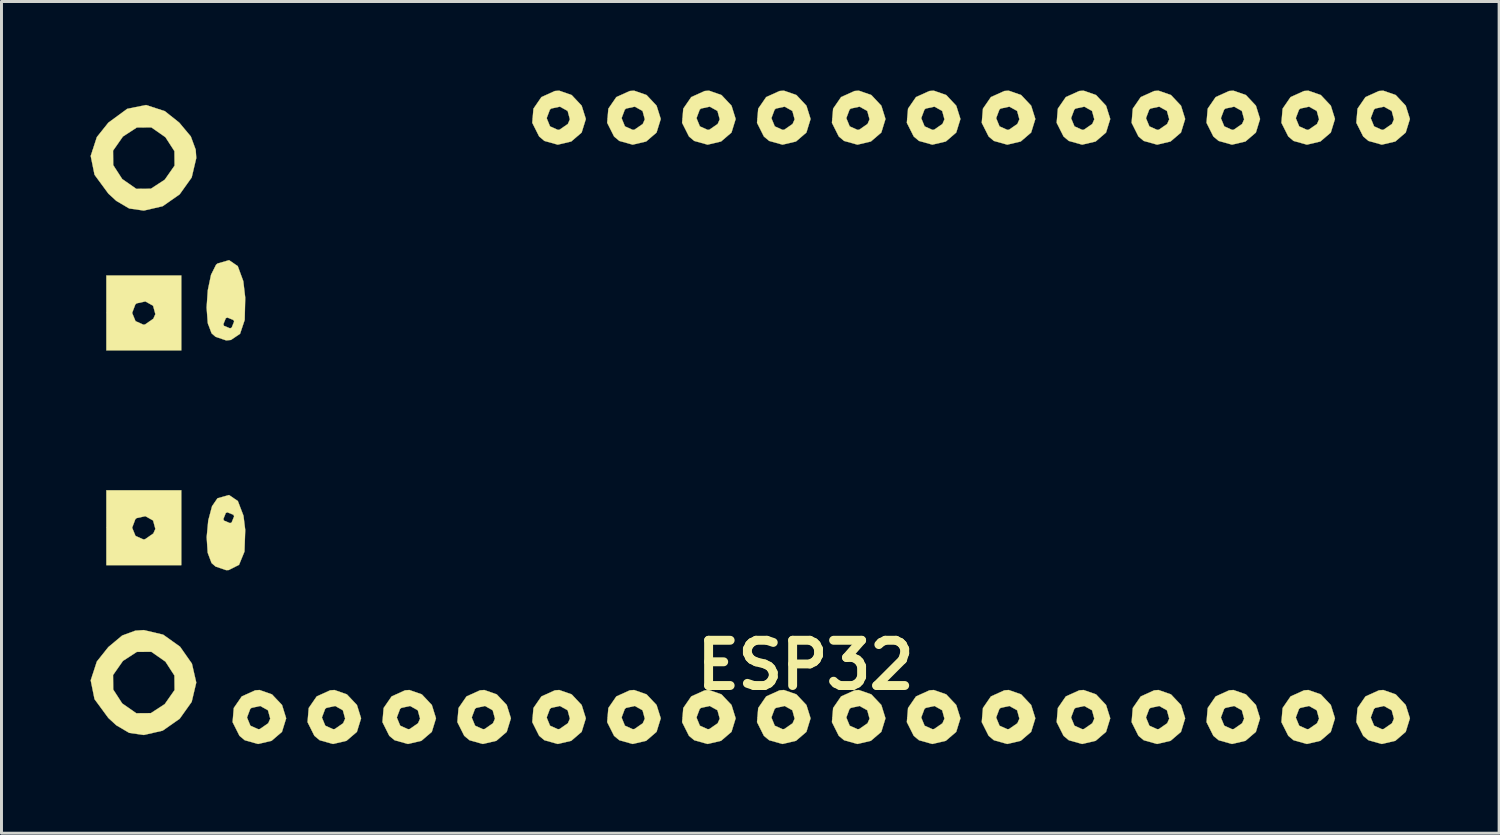
<source format=kicad_pcb>
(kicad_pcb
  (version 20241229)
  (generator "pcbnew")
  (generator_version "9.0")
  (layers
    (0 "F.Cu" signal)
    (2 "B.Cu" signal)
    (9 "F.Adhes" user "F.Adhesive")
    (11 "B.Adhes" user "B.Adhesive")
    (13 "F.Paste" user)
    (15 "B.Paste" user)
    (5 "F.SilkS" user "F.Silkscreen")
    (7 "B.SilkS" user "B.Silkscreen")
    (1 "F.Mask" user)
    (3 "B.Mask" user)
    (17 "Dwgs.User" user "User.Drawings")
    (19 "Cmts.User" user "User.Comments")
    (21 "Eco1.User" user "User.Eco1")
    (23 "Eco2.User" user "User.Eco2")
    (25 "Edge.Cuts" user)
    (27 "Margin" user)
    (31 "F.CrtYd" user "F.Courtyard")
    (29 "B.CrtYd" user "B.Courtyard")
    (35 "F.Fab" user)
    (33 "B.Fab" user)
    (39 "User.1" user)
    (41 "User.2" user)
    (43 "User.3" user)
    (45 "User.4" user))
  (footprint "ESP32"
    (layer "F.Cu")
    (at 24.082 19.349)
    (property "Reference" "ESP32" (at 0 0 0) (layer "F.SilkS") (effects (font (size 1.524 1.524) (thickness 0.3))))
    (attr through_hole)
    (fp_poly (pts (xy -21.026 -10.597) (xy -23.55 -10.597) (xy -23.55 -11.859) (xy -22.682 -11.859) (xy -22.568 -11.583) (xy -22.304 -11.464) (xy -22.248 -11.47) (xy -21.968 -11.664) (xy -21.899 -11.819) (xy -21.976 -12.102) (xy -22.236 -12.247) (xy -22.531 -12.182) (xy -22.574 -12.145) (xy -22.682 -11.859) (xy -23.55 -11.859) (xy -23.55 -13.121) (xy -21.026 -13.121) (xy -21.026 -10.597)) (stroke (width 0.01) (type solid)) (fill yes) (layer "F.SilkS"))
    (fp_poly (pts (xy -21.026 -3.364) (xy -23.55 -3.364) (xy -23.55 -4.625) (xy -22.682 -4.625) (xy -22.568 -4.349) (xy -22.304 -4.231) (xy -22.248 -4.237) (xy -21.968 -4.431) (xy -21.899 -4.586) (xy -21.976 -4.869) (xy -22.236 -5.014) (xy -22.531 -4.949) (xy -22.574 -4.912) (xy -22.682 -4.625) (xy -23.55 -4.625) (xy -23.55 -5.887) (xy -21.026 -5.887) (xy -21.026 -3.364)) (stroke (width 0.01) (type solid)) (fill yes) (layer "F.SilkS"))
    (fp_poly (pts (xy -19.121 -5.524) (xy -18.932 -5.03) (xy -18.873 -4.553) (xy -18.898 -3.822) (xy -19.081 -3.376) (xy -19.43 -3.2) (xy -19.513 -3.196) (xy -19.87 -3.317) (xy -20.006 -3.435) (xy -20.137 -3.784) (xy -20.171 -4.305) (xy -20.118 -4.869) (xy -20.105 -4.917) (xy -19.61 -4.917) (xy -19.588 -4.864) (xy -19.384 -4.78) (xy -19.33 -4.803) (xy -19.247 -5.007) (xy -19.269 -5.061) (xy -19.473 -5.144) (xy -19.527 -5.122) (xy -19.61 -4.917) (xy -20.105 -4.917) (xy -19.99 -5.35) (xy -19.807 -5.617) (xy -19.418 -5.726) (xy -19.121 -5.524)) (stroke (width 0.01) (type solid)) (fill yes) (layer "F.SilkS"))
    (fp_poly (pts (xy -19.124 -13.436) (xy -18.938 -12.93) (xy -18.873 -12.374) (xy -18.891 -11.623) (xy -19.047 -11.157) (xy -19.353 -10.95) (xy -19.513 -10.934) (xy -19.87 -11.055) (xy -20.005 -11.172) (xy -20.12 -11.478) (xy -19.61 -11.478) (xy -19.588 -11.424) (xy -19.384 -11.341) (xy -19.33 -11.363) (xy -19.247 -11.567) (xy -19.269 -11.621) (xy -19.473 -11.704) (xy -19.527 -11.682) (xy -19.61 -11.478) (xy -20.12 -11.478) (xy -20.134 -11.516) (xy -20.173 -12.04) (xy -20.133 -12.623) (xy -20.024 -13.144) (xy -19.855 -13.482) (xy -19.807 -13.523) (xy -19.417 -13.636) (xy -19.124 -13.436)) (stroke (width 0.01) (type solid)) (fill yes) (layer "F.SilkS"))
    (fp_poly (pts (xy -17.971 0.988) (xy -17.633 1.346) (xy -17.494 1.793) (xy -17.494 1.795) (xy -17.635 2.25) (xy -17.985 2.551) (xy -18.439 2.658) (xy -18.889 2.532) (xy -19.066 2.384) (xy -19.298 1.922) (xy -19.285 1.767) (xy -18.813 1.767) (xy -18.699 2.043) (xy -18.435 2.161) (xy -18.38 2.155) (xy -18.099 1.961) (xy -18.03 1.806) (xy -18.107 1.523) (xy -18.367 1.378) (xy -18.662 1.443) (xy -18.705 1.48) (xy -18.813 1.767) (xy -19.285 1.767) (xy -19.258 1.447) (xy -18.99 1.057) (xy -18.537 0.852) (xy -18.39 0.841) (xy -17.971 0.988)) (stroke (width 0.01) (type solid)) (fill yes) (layer "F.SilkS"))
    (fp_poly (pts (xy -15.448 0.988) (xy -15.11 1.346) (xy -14.971 1.793) (xy -14.971 1.795) (xy -15.111 2.25) (xy -15.462 2.551) (xy -15.915 2.658) (xy -16.365 2.532) (xy -16.543 2.384) (xy -16.774 1.922) (xy -16.761 1.767) (xy -16.29 1.767) (xy -16.176 2.043) (xy -15.912 2.161) (xy -15.856 2.155) (xy -15.576 1.961) (xy -15.507 1.806) (xy -15.584 1.523) (xy -15.843 1.378) (xy -16.138 1.443) (xy -16.182 1.48) (xy -16.29 1.767) (xy -16.761 1.767) (xy -16.734 1.447) (xy -16.466 1.057) (xy -16.014 0.852) (xy -15.867 0.841) (xy -15.448 0.988)) (stroke (width 0.01) (type solid)) (fill yes) (layer "F.SilkS"))
    (fp_poly (pts (xy -12.924 0.988) (xy -12.587 1.346) (xy -12.448 1.793) (xy -12.448 1.795) (xy -12.588 2.25) (xy -12.939 2.551) (xy -13.392 2.658) (xy -13.842 2.532) (xy -14.02 2.384) (xy -14.251 1.922) (xy -14.238 1.767) (xy -13.767 1.767) (xy -13.653 2.043) (xy -13.389 2.161) (xy -13.333 2.155) (xy -13.053 1.961) (xy -12.984 1.806) (xy -13.061 1.523) (xy -13.32 1.378) (xy -13.615 1.443) (xy -13.659 1.48) (xy -13.767 1.767) (xy -14.238 1.767) (xy -14.211 1.447) (xy -13.943 1.057) (xy -13.491 0.852) (xy -13.344 0.841) (xy -12.924 0.988)) (stroke (width 0.01) (type solid)) (fill yes) (layer "F.SilkS"))
    (fp_poly (pts (xy -10.401 0.988) (xy -10.064 1.346) (xy -9.925 1.793) (xy -9.925 1.795) (xy -10.065 2.25) (xy -10.415 2.551) (xy -10.869 2.658) (xy -11.319 2.532) (xy -11.496 2.384) (xy -11.728 1.922) (xy -11.715 1.767) (xy -11.244 1.767) (xy -11.13 2.043) (xy -10.865 2.161) (xy -10.81 2.155) (xy -10.529 1.961) (xy -10.461 1.806) (xy -10.538 1.523) (xy -10.797 1.378) (xy -11.092 1.443) (xy -11.136 1.48) (xy -11.244 1.767) (xy -11.715 1.767) (xy -11.688 1.447) (xy -11.42 1.057) (xy -10.967 0.852) (xy -10.82 0.841) (xy -10.401 0.988)) (stroke (width 0.01) (type solid)) (fill yes) (layer "F.SilkS"))
    (fp_poly (pts (xy -7.878 -19.198) (xy -7.541 -18.839) (xy -7.401 -18.393) (xy -7.401 -18.39) (xy -7.542 -17.935) (xy -7.892 -17.634) (xy -8.346 -17.527) (xy -8.796 -17.653) (xy -8.973 -17.802) (xy -9.205 -18.263) (xy -9.192 -18.419) (xy -8.72 -18.419) (xy -8.607 -18.143) (xy -8.342 -18.024) (xy -8.287 -18.03) (xy -8.006 -18.224) (xy -7.938 -18.38) (xy -8.014 -18.663) (xy -8.274 -18.807) (xy -8.569 -18.743) (xy -8.612 -18.705) (xy -8.72 -18.419) (xy -9.192 -18.419) (xy -9.165 -18.739) (xy -8.897 -19.129) (xy -8.444 -19.334) (xy -8.297 -19.344) (xy -7.878 -19.198)) (stroke (width 0.01) (type solid)) (fill yes) (layer "F.SilkS"))
    (fp_poly (pts (xy -7.878 0.988) (xy -7.541 1.346) (xy -7.401 1.793) (xy -7.401 1.795) (xy -7.542 2.25) (xy -7.892 2.551) (xy -8.346 2.658) (xy -8.796 2.532) (xy -8.973 2.384) (xy -9.205 1.922) (xy -9.192 1.767) (xy -8.72 1.767) (xy -8.607 2.043) (xy -8.342 2.161) (xy -8.287 2.155) (xy -8.006 1.961) (xy -7.938 1.806) (xy -8.014 1.523) (xy -8.274 1.378) (xy -8.569 1.443) (xy -8.612 1.48) (xy -8.72 1.767) (xy -9.192 1.767) (xy -9.165 1.447) (xy -8.897 1.057) (xy -8.444 0.852) (xy -8.297 0.841) (xy -7.878 0.988)) (stroke (width 0.01) (type solid)) (fill yes) (layer "F.SilkS"))
    (fp_poly (pts (xy -5.355 -19.198) (xy -5.018 -18.839) (xy -4.878 -18.393) (xy -4.878 -18.39) (xy -5.019 -17.935) (xy -5.369 -17.634) (xy -5.823 -17.527) (xy -6.273 -17.653) (xy -6.45 -17.802) (xy -6.682 -18.263) (xy -6.669 -18.419) (xy -6.197 -18.419) (xy -6.084 -18.143) (xy -5.819 -18.024) (xy -5.764 -18.03) (xy -5.483 -18.224) (xy -5.414 -18.38) (xy -5.491 -18.663) (xy -5.751 -18.807) (xy -6.046 -18.743) (xy -6.089 -18.705) (xy -6.197 -18.419) (xy -6.669 -18.419) (xy -6.642 -18.739) (xy -6.374 -19.129) (xy -5.921 -19.334) (xy -5.774 -19.344) (xy -5.355 -19.198)) (stroke (width 0.01) (type solid)) (fill yes) (layer "F.SilkS"))
    (fp_poly (pts (xy -5.355 0.988) (xy -5.018 1.346) (xy -4.878 1.793) (xy -4.878 1.795) (xy -5.019 2.25) (xy -5.369 2.551) (xy -5.823 2.658) (xy -6.273 2.532) (xy -6.45 2.384) (xy -6.682 1.922) (xy -6.669 1.767) (xy -6.197 1.767) (xy -6.084 2.043) (xy -5.819 2.161) (xy -5.764 2.155) (xy -5.483 1.961) (xy -5.414 1.806) (xy -5.491 1.523) (xy -5.751 1.378) (xy -6.046 1.443) (xy -6.089 1.48) (xy -6.197 1.767) (xy -6.669 1.767) (xy -6.642 1.447) (xy -6.374 1.057) (xy -5.921 0.852) (xy -5.774 0.841) (xy -5.355 0.988)) (stroke (width 0.01) (type solid)) (fill yes) (layer "F.SilkS"))
    (fp_poly (pts (xy -2.832 -19.198) (xy -2.494 -18.839) (xy -2.355 -18.393) (xy -2.355 -18.39) (xy -2.495 -17.935) (xy -2.846 -17.634) (xy -3.3 -17.527) (xy -3.75 -17.653) (xy -3.927 -17.802) (xy -4.159 -18.263) (xy -4.145 -18.419) (xy -3.674 -18.419) (xy -3.56 -18.143) (xy -3.296 -18.024) (xy -3.241 -18.03) (xy -2.96 -18.224) (xy -2.891 -18.38) (xy -2.968 -18.663) (xy -3.228 -18.807) (xy -3.523 -18.743) (xy -3.566 -18.705) (xy -3.674 -18.419) (xy -4.145 -18.419) (xy -4.119 -18.739) (xy -3.851 -19.129) (xy -3.398 -19.334) (xy -3.251 -19.344) (xy -2.832 -19.198)) (stroke (width 0.01) (type solid)) (fill yes) (layer "F.SilkS"))
    (fp_poly (pts (xy -2.832 0.988) (xy -2.494 1.346) (xy -2.355 1.793) (xy -2.355 1.795) (xy -2.495 2.25) (xy -2.846 2.551) (xy -3.3 2.658) (xy -3.75 2.532) (xy -3.927 2.384) (xy -4.159 1.922) (xy -4.145 1.767) (xy -3.674 1.767) (xy -3.56 2.043) (xy -3.296 2.161) (xy -3.241 2.155) (xy -2.96 1.961) (xy -2.891 1.806) (xy -2.968 1.523) (xy -3.228 1.378) (xy -3.523 1.443) (xy -3.566 1.48) (xy -3.674 1.767) (xy -4.145 1.767) (xy -4.119 1.447) (xy -3.851 1.057) (xy -3.398 0.852) (xy -3.251 0.841) (xy -2.832 0.988)) (stroke (width 0.01) (type solid)) (fill yes) (layer "F.SilkS"))
    (fp_poly (pts (xy -0.308 -19.198) (xy 0.029 -18.839) (xy 0.168 -18.393) (xy 0.168 -18.39) (xy 0.028 -17.935) (xy -0.323 -17.634) (xy -0.776 -17.527) (xy -1.226 -17.653) (xy -1.404 -17.802) (xy -1.635 -18.263) (xy -1.622 -18.419) (xy -1.151 -18.419) (xy -1.037 -18.143) (xy -0.773 -18.024) (xy -0.717 -18.03) (xy -0.437 -18.224) (xy -0.368 -18.38) (xy -0.445 -18.663) (xy -0.704 -18.807) (xy -0.999 -18.743) (xy -1.043 -18.705) (xy -1.151 -18.419) (xy -1.622 -18.419) (xy -1.595 -18.739) (xy -1.327 -19.129) (xy -0.875 -19.334) (xy -0.728 -19.344) (xy -0.308 -19.198)) (stroke (width 0.01) (type solid)) (fill yes) (layer "F.SilkS"))
    (fp_poly (pts (xy -0.308 0.988) (xy 0.029 1.346) (xy 0.168 1.793) (xy 0.168 1.795) (xy 0.028 2.25) (xy -0.323 2.551) (xy -0.776 2.658) (xy -1.226 2.532) (xy -1.404 2.384) (xy -1.635 1.922) (xy -1.622 1.767) (xy -1.151 1.767) (xy -1.037 2.043) (xy -0.773 2.161) (xy -0.717 2.155) (xy -0.437 1.961) (xy -0.368 1.806) (xy -0.445 1.523) (xy -0.704 1.378) (xy -0.999 1.443) (xy -1.043 1.48) (xy -1.151 1.767) (xy -1.622 1.767) (xy -1.595 1.447) (xy -1.327 1.057) (xy -0.875 0.852) (xy -0.728 0.841) (xy -0.308 0.988)) (stroke (width 0.01) (type solid)) (fill yes) (layer "F.SilkS"))
    (fp_poly (pts (xy 2.215 -19.198) (xy 2.552 -18.839) (xy 2.691 -18.393) (xy 2.691 -18.39) (xy 2.551 -17.935) (xy 2.2 -17.634) (xy 1.747 -17.527) (xy 1.297 -17.653) (xy 1.119 -17.802) (xy 0.888 -18.263) (xy 0.901 -18.419) (xy 1.372 -18.419) (xy 1.486 -18.143) (xy 1.75 -18.024) (xy 1.806 -18.03) (xy 2.087 -18.224) (xy 2.155 -18.38) (xy 2.078 -18.663) (xy 1.819 -18.807) (xy 1.524 -18.743) (xy 1.48 -18.705) (xy 1.372 -18.419) (xy 0.901 -18.419) (xy 0.928 -18.739) (xy 1.196 -19.129) (xy 1.649 -19.334) (xy 1.795 -19.344) (xy 2.215 -19.198)) (stroke (width 0.01) (type solid)) (fill yes) (layer "F.SilkS"))
    (fp_poly (pts (xy 2.215 0.988) (xy 2.552 1.346) (xy 2.691 1.793) (xy 2.691 1.795) (xy 2.551 2.25) (xy 2.2 2.551) (xy 1.747 2.658) (xy 1.297 2.532) (xy 1.119 2.384) (xy 0.888 1.922) (xy 0.901 1.767) (xy 1.372 1.767) (xy 1.486 2.043) (xy 1.75 2.161) (xy 1.806 2.155) (xy 2.087 1.961) (xy 2.155 1.806) (xy 2.078 1.523) (xy 1.819 1.378) (xy 1.524 1.443) (xy 1.48 1.48) (xy 1.372 1.767) (xy 0.901 1.767) (xy 0.928 1.447) (xy 1.196 1.057) (xy 1.649 0.852) (xy 1.795 0.841) (xy 2.215 0.988)) (stroke (width 0.01) (type solid)) (fill yes) (layer "F.SilkS"))
    (fp_poly (pts (xy 4.738 -19.198) (xy 5.075 -18.839) (xy 5.215 -18.393) (xy 5.215 -18.39) (xy 5.074 -17.935) (xy 4.724 -17.634) (xy 4.27 -17.527) (xy 3.82 -17.653) (xy 3.643 -17.802) (xy 3.411 -18.263) (xy 3.424 -18.419) (xy 3.895 -18.419) (xy 4.009 -18.143) (xy 4.274 -18.024) (xy 4.329 -18.03) (xy 4.61 -18.224) (xy 4.678 -18.38) (xy 4.601 -18.663) (xy 4.342 -18.807) (xy 4.047 -18.743) (xy 4.003 -18.705) (xy 3.895 -18.419) (xy 3.424 -18.419) (xy 3.451 -18.739) (xy 3.719 -19.129) (xy 4.172 -19.334) (xy 4.319 -19.344) (xy 4.738 -19.198)) (stroke (width 0.01) (type solid)) (fill yes) (layer "F.SilkS"))
    (fp_poly (pts (xy 4.738 0.988) (xy 5.075 1.346) (xy 5.215 1.793) (xy 5.215 1.795) (xy 5.074 2.25) (xy 4.724 2.551) (xy 4.27 2.658) (xy 3.82 2.532) (xy 3.643 2.384) (xy 3.411 1.922) (xy 3.424 1.767) (xy 3.895 1.767) (xy 4.009 2.043) (xy 4.274 2.161) (xy 4.329 2.155) (xy 4.61 1.961) (xy 4.678 1.806) (xy 4.601 1.523) (xy 4.342 1.378) (xy 4.047 1.443) (xy 4.003 1.48) (xy 3.895 1.767) (xy 3.424 1.767) (xy 3.451 1.447) (xy 3.719 1.057) (xy 4.172 0.852) (xy 4.319 0.841) (xy 4.738 0.988)) (stroke (width 0.01) (type solid)) (fill yes) (layer "F.SilkS"))
    (fp_poly (pts (xy 7.261 -19.198) (xy 7.598 -18.839) (xy 7.738 -18.393) (xy 7.738 -18.39) (xy 7.597 -17.935) (xy 7.247 -17.634) (xy 6.793 -17.527) (xy 6.343 -17.653) (xy 6.166 -17.802) (xy 5.934 -18.263) (xy 5.947 -18.419) (xy 6.419 -18.419) (xy 6.532 -18.143) (xy 6.797 -18.024) (xy 6.852 -18.03) (xy 7.133 -18.224) (xy 7.202 -18.38) (xy 7.125 -18.663) (xy 6.865 -18.807) (xy 6.57 -18.743) (xy 6.527 -18.705) (xy 6.419 -18.419) (xy 5.947 -18.419) (xy 5.974 -18.739) (xy 6.242 -19.129) (xy 6.695 -19.334) (xy 6.842 -19.344) (xy 7.261 -19.198)) (stroke (width 0.01) (type solid)) (fill yes) (layer "F.SilkS"))
    (fp_poly (pts (xy 7.261 0.988) (xy 7.598 1.346) (xy 7.738 1.793) (xy 7.738 1.795) (xy 7.597 2.25) (xy 7.247 2.551) (xy 6.793 2.658) (xy 6.343 2.532) (xy 6.166 2.384) (xy 5.934 1.922) (xy 5.947 1.767) (xy 6.419 1.767) (xy 6.532 2.043) (xy 6.797 2.161) (xy 6.852 2.155) (xy 7.133 1.961) (xy 7.202 1.806) (xy 7.125 1.523) (xy 6.865 1.378) (xy 6.57 1.443) (xy 6.527 1.48) (xy 6.419 1.767) (xy 5.947 1.767) (xy 5.974 1.447) (xy 6.242 1.057) (xy 6.695 0.852) (xy 6.842 0.841) (xy 7.261 0.988)) (stroke (width 0.01) (type solid)) (fill yes) (layer "F.SilkS"))
    (fp_poly (pts (xy 9.784 -19.198) (xy 10.121 -18.839) (xy 10.261 -18.393) (xy 10.261 -18.39) (xy 10.12 -17.935) (xy 9.77 -17.634) (xy 9.316 -17.527) (xy 8.866 -17.653) (xy 8.689 -17.802) (xy 8.457 -18.263) (xy 8.47 -18.419) (xy 8.942 -18.419) (xy 9.056 -18.143) (xy 9.32 -18.024) (xy 9.375 -18.03) (xy 9.656 -18.224) (xy 9.725 -18.38) (xy 9.648 -18.663) (xy 9.388 -18.807) (xy 9.093 -18.743) (xy 9.05 -18.705) (xy 8.942 -18.419) (xy 8.47 -18.419) (xy 8.497 -18.739) (xy 8.765 -19.129) (xy 9.218 -19.334) (xy 9.365 -19.344) (xy 9.784 -19.198)) (stroke (width 0.01) (type solid)) (fill yes) (layer "F.SilkS"))
    (fp_poly (pts (xy 9.784 0.988) (xy 10.121 1.346) (xy 10.261 1.793) (xy 10.261 1.795) (xy 10.12 2.25) (xy 9.77 2.551) (xy 9.316 2.658) (xy 8.866 2.532) (xy 8.689 2.384) (xy 8.457 1.922) (xy 8.47 1.767) (xy 8.942 1.767) (xy 9.056 2.043) (xy 9.32 2.161) (xy 9.375 2.155) (xy 9.656 1.961) (xy 9.725 1.806) (xy 9.648 1.523) (xy 9.388 1.378) (xy 9.093 1.443) (xy 9.05 1.48) (xy 8.942 1.767) (xy 8.47 1.767) (xy 8.497 1.447) (xy 8.765 1.057) (xy 9.218 0.852) (xy 9.365 0.841) (xy 9.784 0.988)) (stroke (width 0.01) (type solid)) (fill yes) (layer "F.SilkS"))
    (fp_poly (pts (xy 12.307 -19.198) (xy 12.645 -18.839) (xy 12.784 -18.393) (xy 12.784 -18.39) (xy 12.644 -17.935) (xy 12.293 -17.634) (xy 11.84 -17.527) (xy 11.39 -17.653) (xy 11.212 -17.802) (xy 10.981 -18.263) (xy 10.994 -18.419) (xy 11.465 -18.419) (xy 11.579 -18.143) (xy 11.843 -18.024) (xy 11.899 -18.03) (xy 12.179 -18.224) (xy 12.248 -18.38) (xy 12.171 -18.663) (xy 11.911 -18.807) (xy 11.616 -18.743) (xy 11.573 -18.705) (xy 11.465 -18.419) (xy 10.994 -18.419) (xy 11.021 -18.739) (xy 11.289 -19.129) (xy 11.741 -19.334) (xy 11.888 -19.344) (xy 12.307 -19.198)) (stroke (width 0.01) (type solid)) (fill yes) (layer "F.SilkS"))
    (fp_poly (pts (xy 12.307 0.988) (xy 12.645 1.346) (xy 12.784 1.793) (xy 12.784 1.795) (xy 12.644 2.25) (xy 12.293 2.551) (xy 11.84 2.658) (xy 11.39 2.532) (xy 11.212 2.384) (xy 10.981 1.922) (xy 10.994 1.767) (xy 11.465 1.767) (xy 11.579 2.043) (xy 11.843 2.161) (xy 11.899 2.155) (xy 12.179 1.961) (xy 12.248 1.806) (xy 12.171 1.523) (xy 11.911 1.378) (xy 11.616 1.443) (xy 11.573 1.48) (xy 11.465 1.767) (xy 10.994 1.767) (xy 11.021 1.447) (xy 11.289 1.057) (xy 11.741 0.852) (xy 11.888 0.841) (xy 12.307 0.988)) (stroke (width 0.01) (type solid)) (fill yes) (layer "F.SilkS"))
    (fp_poly (pts (xy 14.831 -19.198) (xy 15.168 -18.839) (xy 15.307 -18.393) (xy 15.307 -18.39) (xy 15.167 -17.935) (xy 14.816 -17.634) (xy 14.363 -17.527) (xy 13.913 -17.653) (xy 13.735 -17.802) (xy 13.504 -18.263) (xy 13.517 -18.419) (xy 13.988 -18.419) (xy 14.102 -18.143) (xy 14.366 -18.024) (xy 14.422 -18.03) (xy 14.702 -18.224) (xy 14.771 -18.38) (xy 14.694 -18.663) (xy 14.435 -18.807) (xy 14.14 -18.743) (xy 14.096 -18.705) (xy 13.988 -18.419) (xy 13.517 -18.419) (xy 13.544 -18.739) (xy 13.812 -19.129) (xy 14.264 -19.334) (xy 14.411 -19.344) (xy 14.831 -19.198)) (stroke (width 0.01) (type solid)) (fill yes) (layer "F.SilkS"))
    (fp_poly (pts (xy 14.831 0.988) (xy 15.168 1.346) (xy 15.307 1.793) (xy 15.307 1.795) (xy 15.167 2.25) (xy 14.816 2.551) (xy 14.363 2.658) (xy 13.913 2.532) (xy 13.735 2.384) (xy 13.504 1.922) (xy 13.517 1.767) (xy 13.988 1.767) (xy 14.102 2.043) (xy 14.366 2.161) (xy 14.422 2.155) (xy 14.702 1.961) (xy 14.771 1.806) (xy 14.694 1.523) (xy 14.435 1.378) (xy 14.14 1.443) (xy 14.096 1.48) (xy 13.988 1.767) (xy 13.517 1.767) (xy 13.544 1.447) (xy 13.812 1.057) (xy 14.264 0.852) (xy 14.411 0.841) (xy 14.831 0.988)) (stroke (width 0.01) (type solid)) (fill yes) (layer "F.SilkS"))
    (fp_poly (pts (xy 17.354 -19.198) (xy 17.691 -18.839) (xy 17.83 -18.393) (xy 17.83 -18.39) (xy 17.69 -17.935) (xy 17.339 -17.634) (xy 16.886 -17.527) (xy 16.436 -17.653) (xy 16.259 -17.802) (xy 16.027 -18.263) (xy 16.04 -18.419) (xy 16.511 -18.419) (xy 16.625 -18.143) (xy 16.89 -18.024) (xy 16.945 -18.03) (xy 17.226 -18.224) (xy 17.294 -18.38) (xy 17.217 -18.663) (xy 16.958 -18.807) (xy 16.663 -18.743) (xy 16.619 -18.705) (xy 16.511 -18.419) (xy 16.04 -18.419) (xy 16.067 -18.739) (xy 16.335 -19.129) (xy 16.788 -19.334) (xy 16.935 -19.344) (xy 17.354 -19.198)) (stroke (width 0.01) (type solid)) (fill yes) (layer "F.SilkS"))
    (fp_poly (pts (xy 17.354 0.988) (xy 17.691 1.346) (xy 17.83 1.793) (xy 17.83 1.795) (xy 17.69 2.25) (xy 17.339 2.551) (xy 16.886 2.658) (xy 16.436 2.532) (xy 16.259 2.384) (xy 16.027 1.922) (xy 16.04 1.767) (xy 16.511 1.767) (xy 16.625 2.043) (xy 16.89 2.161) (xy 16.945 2.155) (xy 17.226 1.961) (xy 17.294 1.806) (xy 17.217 1.523) (xy 16.958 1.378) (xy 16.663 1.443) (xy 16.619 1.48) (xy 16.511 1.767) (xy 16.04 1.767) (xy 16.067 1.447) (xy 16.335 1.057) (xy 16.788 0.852) (xy 16.935 0.841) (xy 17.354 0.988)) (stroke (width 0.01) (type solid)) (fill yes) (layer "F.SilkS"))
    (fp_poly (pts (xy 19.877 -19.198) (xy 20.214 -18.839) (xy 20.354 -18.393) (xy 20.354 -18.39) (xy 20.213 -17.935) (xy 19.863 -17.634) (xy 19.409 -17.527) (xy 18.959 -17.653) (xy 18.782 -17.802) (xy 18.55 -18.263) (xy 18.563 -18.419) (xy 19.035 -18.419) (xy 19.148 -18.143) (xy 19.413 -18.024) (xy 19.468 -18.03) (xy 19.749 -18.224) (xy 19.817 -18.38) (xy 19.741 -18.663) (xy 19.481 -18.807) (xy 19.186 -18.743) (xy 19.143 -18.705) (xy 19.035 -18.419) (xy 18.563 -18.419) (xy 18.59 -18.739) (xy 18.858 -19.129) (xy 19.311 -19.334) (xy 19.458 -19.344) (xy 19.877 -19.198)) (stroke (width 0.01) (type solid)) (fill yes) (layer "F.SilkS"))
    (fp_poly (pts (xy 19.877 0.988) (xy 20.214 1.346) (xy 20.354 1.793) (xy 20.354 1.795) (xy 20.213 2.25) (xy 19.863 2.551) (xy 19.409 2.658) (xy 18.959 2.532) (xy 18.782 2.384) (xy 18.55 1.922) (xy 18.563 1.767) (xy 19.035 1.767) (xy 19.148 2.043) (xy 19.413 2.161) (xy 19.468 2.155) (xy 19.749 1.961) (xy 19.817 1.806) (xy 19.741 1.523) (xy 19.481 1.378) (xy 19.186 1.443) (xy 19.143 1.48) (xy 19.035 1.767) (xy 18.563 1.767) (xy 18.59 1.447) (xy 18.858 1.057) (xy 19.311 0.852) (xy 19.458 0.841) (xy 19.877 0.988)) (stroke (width 0.01) (type solid)) (fill yes) (layer "F.SilkS"))
    (fp_poly (pts (xy -21.636 -1.023) (xy -21.068 -0.618) (xy -20.668 -0.047) (xy -20.522 0.589) (xy -20.676 1.24) (xy -21.081 1.809) (xy -21.653 2.209) (xy -22.288 2.355) (xy -22.781 2.284) (xy -23.217 2.027) (xy -23.482 1.783) (xy -23.948 1.149) (xy -24.077 0.515) (xy -24.018 0.336) (xy -23.324 0.336) (xy -23.319 0.825) (xy -23.016 1.293) (xy -22.541 1.624) (xy -22.052 1.62) (xy -21.584 1.316) (xy -21.252 0.842) (xy -21.257 0.353) (xy -21.56 -0.115) (xy -22.035 -0.447) (xy -22.524 -0.443) (xy -22.992 -0.139) (xy -23.324 0.336) (xy -24.018 0.336) (xy -23.87 -0.119) (xy -23.482 -0.606) (xy -23.017 -0.994) (xy -22.573 -1.158) (xy -22.288 -1.177) (xy -21.636 -1.023)) (stroke (width 0.01) (type solid)) (fill yes) (layer "F.SilkS"))
    (fp_poly (pts (xy -21.58 -18.655) (xy -21.094 -18.268) (xy -20.705 -17.803) (xy -20.541 -17.358) (xy -20.522 -17.074) (xy -20.676 -16.422) (xy -21.081 -15.854) (xy -21.653 -15.454) (xy -22.288 -15.307) (xy -22.781 -15.378) (xy -23.217 -15.635) (xy -23.482 -15.879) (xy -23.948 -16.513) (xy -24.077 -17.147) (xy -24.018 -17.326) (xy -23.324 -17.326) (xy -23.319 -16.838) (xy -23.016 -16.369) (xy -22.541 -16.038) (xy -22.052 -16.042) (xy -21.584 -16.346) (xy -21.252 -16.821) (xy -21.257 -17.309) (xy -21.56 -17.778) (xy -22.035 -18.109) (xy -22.524 -18.105) (xy -22.992 -17.801) (xy -23.324 -17.326) (xy -24.018 -17.326) (xy -23.87 -17.782) (xy -23.482 -18.268) (xy -22.848 -18.733) (xy -22.214 -18.862) (xy -21.58 -18.655)) (stroke (width 0.01) (type solid)) (fill yes) (layer "F.SilkS")))
  (gr_rect
    (start -3 -3)
    (end 47.441 25.013)
    (stroke (width 0.1) (type default))
    (fill no)
    (layer "Edge.Cuts")))
</source>
